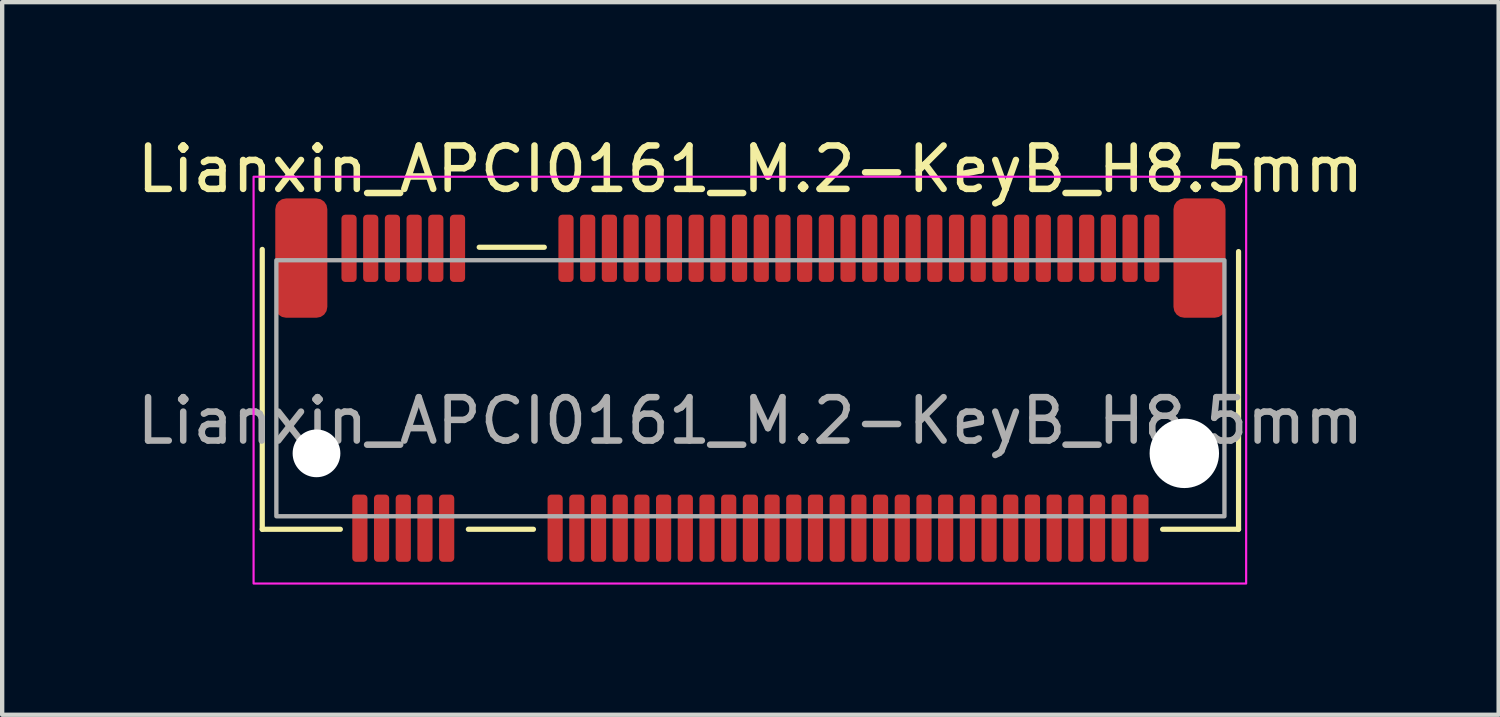
<source format=kicad_pcb>
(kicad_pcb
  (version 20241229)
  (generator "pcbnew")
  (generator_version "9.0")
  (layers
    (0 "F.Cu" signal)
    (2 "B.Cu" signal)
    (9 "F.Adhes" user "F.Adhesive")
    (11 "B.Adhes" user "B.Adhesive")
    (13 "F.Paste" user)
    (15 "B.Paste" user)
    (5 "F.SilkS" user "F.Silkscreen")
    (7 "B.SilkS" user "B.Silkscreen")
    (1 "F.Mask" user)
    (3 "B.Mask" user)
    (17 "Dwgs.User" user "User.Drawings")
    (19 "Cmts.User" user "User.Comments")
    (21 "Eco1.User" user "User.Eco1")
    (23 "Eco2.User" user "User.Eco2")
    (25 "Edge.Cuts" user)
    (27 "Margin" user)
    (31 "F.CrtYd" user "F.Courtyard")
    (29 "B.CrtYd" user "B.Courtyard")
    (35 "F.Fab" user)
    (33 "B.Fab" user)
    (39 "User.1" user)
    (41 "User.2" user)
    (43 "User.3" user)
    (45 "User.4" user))
  (footprint "Lianxin_APCI0161_M.2-KeyB_H8.5mm"
    (layer "F.Cu")
    (at 14.244 5.898)
    (property "Reference" "Lianxin_APCI0161_M.2-KeyB_H8.5mm" (at 0 -5.05 0) (unlocked yes) (layer "F.SilkS") (effects (font (size 1 1) (thickness 0.15))))
    (attr smd)
    (fp_line (start -11.25 3.25) (end -11.25 -3.2) (stroke (width 0.12) (type default)) (layer "F.SilkS"))
    (fp_line (start -9.45 3.25) (end -11.25 3.25) (stroke (width 0.12) (type default)) (layer "F.SilkS"))
    (fp_line (start -6.5 3.25) (end -5 3.25) (stroke (width 0.12) (type default)) (layer "F.SilkS"))
    (fp_line (start -6.25 -3.25) (end -4.75 -3.25) (stroke (width 0.12) (type default)) (layer "F.SilkS"))
    (fp_line (start 9.5 3.25) (end 11.25 3.25) (stroke (width 0.12) (type default)) (layer "F.SilkS"))
    (fp_line (start 11.25 3.25) (end 11.25 -3.15) (stroke (width 0.12) (type default)) (layer "F.SilkS"))
    (fp_rect (start -11.45 -4.875) (end 11.425 4.5) (stroke (width 0.05) (type default)) (fill no) (layer "F.CrtYd"))
    (fp_rect (start -10.925 -2.95) (end 10.925 2.95) (stroke (width 0.1) (type default)) (fill no) (layer "F.Fab"))
    (fp_text user "${REFERENCE}" (at 0 0.75 0) (unlocked yes) (layer "F.Fab") (effects (font (size 1 1) (thickness 0.15))))
    (pad "" np_thru_hole circle (at -10 1.5) (size 1.1 1.1) (drill 1.1) (layers "*.Cu" "*.Mask"))
    (pad "" np_thru_hole circle (at 10 1.5) (size 1.6 1.6) (drill 1.6) (layers "*.Cu" "*.Mask"))
    (pad "1" smd roundrect (at -9.25 -3.225) (size 0.35 1.55) (layers "F.Cu" "F.Mask" "F.Paste") (roundrect_rratio 0.25))
    (pad "2" smd roundrect (at -9 3.225) (size 0.35 1.55) (layers "F.Cu" "F.Mask" "F.Paste") (roundrect_rratio 0.25))
    (pad "3" smd roundrect (at -8.75 -3.225) (size 0.35 1.55) (layers "F.Cu" "F.Mask" "F.Paste") (roundrect_rratio 0.25))
    (pad "4" smd roundrect (at -8.5 3.225) (size 0.35 1.55) (layers "F.Cu" "F.Mask" "F.Paste") (roundrect_rratio 0.25))
    (pad "5" smd roundrect (at -8.25 -3.225) (size 0.35 1.55) (layers "F.Cu" "F.Mask" "F.Paste") (roundrect_rratio 0.25))
    (pad "6" smd roundrect (at -8 3.225) (size 0.35 1.55) (layers "F.Cu" "F.Mask" "F.Paste") (roundrect_rratio 0.25))
    (pad "7" smd roundrect (at -7.75 -3.225) (size 0.35 1.55) (layers "F.Cu" "F.Mask" "F.Paste") (roundrect_rratio 0.25))
    (pad "8" smd roundrect (at -7.5 3.225) (size 0.35 1.55) (layers "F.Cu" "F.Mask" "F.Paste") (roundrect_rratio 0.25))
    (pad "9" smd roundrect (at -7.25 -3.225) (size 0.35 1.55) (layers "F.Cu" "F.Mask" "F.Paste") (roundrect_rratio 0.25))
    (pad "10" smd roundrect (at -7 3.225) (size 0.35 1.55) (layers "F.Cu" "F.Mask" "F.Paste") (roundrect_rratio 0.25))
    (pad "11" smd roundrect (at -6.75 -3.225) (size 0.35 1.55) (layers "F.Cu" "F.Mask" "F.Paste") (roundrect_rratio 0.25))
    (pad "20" smd roundrect (at -4.5 3.225) (size 0.35 1.55) (layers "F.Cu" "F.Mask" "F.Paste") (roundrect_rratio 0.25))
    (pad "21" smd roundrect (at -4.25 -3.225) (size 0.35 1.55) (layers "F.Cu" "F.Mask" "F.Paste") (roundrect_rratio 0.25))
    (pad "22" smd roundrect (at -4 3.225) (size 0.35 1.55) (layers "F.Cu" "F.Mask" "F.Paste") (roundrect_rratio 0.25))
    (pad "23" smd roundrect (at -3.75 -3.225) (size 0.35 1.55) (layers "F.Cu" "F.Mask" "F.Paste") (roundrect_rratio 0.25))
    (pad "24" smd roundrect (at -3.5 3.225) (size 0.35 1.55) (layers "F.Cu" "F.Mask" "F.Paste") (roundrect_rratio 0.25))
    (pad "25" smd roundrect (at -3.25 -3.225) (size 0.35 1.55) (layers "F.Cu" "F.Mask" "F.Paste") (roundrect_rratio 0.25))
    (pad "26" smd roundrect (at -3 3.225) (size 0.35 1.55) (layers "F.Cu" "F.Mask" "F.Paste") (roundrect_rratio 0.25))
    (pad "27" smd roundrect (at -2.75 -3.225) (size 0.35 1.55) (layers "F.Cu" "F.Mask" "F.Paste") (roundrect_rratio 0.25))
    (pad "28" smd roundrect (at -2.5 3.225) (size 0.35 1.55) (layers "F.Cu" "F.Mask" "F.Paste") (roundrect_rratio 0.25))
    (pad "29" smd roundrect (at -2.25 -3.225) (size 0.35 1.55) (layers "F.Cu" "F.Mask" "F.Paste") (roundrect_rratio 0.25))
    (pad "30" smd roundrect (at -2 3.225) (size 0.35 1.55) (layers "F.Cu" "F.Mask" "F.Paste") (roundrect_rratio 0.25))
    (pad "31" smd roundrect (at -1.75 -3.225) (size 0.35 1.55) (layers "F.Cu" "F.Mask" "F.Paste") (roundrect_rratio 0.25))
    (pad "32" smd roundrect (at -1.5 3.225) (size 0.35 1.55) (layers "F.Cu" "F.Mask" "F.Paste") (roundrect_rratio 0.25))
    (pad "33" smd roundrect (at -1.25 -3.225) (size 0.35 1.55) (layers "F.Cu" "F.Mask" "F.Paste") (roundrect_rratio 0.25))
    (pad "34" smd roundrect (at -1 3.225) (size 0.35 1.55) (layers "F.Cu" "F.Mask" "F.Paste") (roundrect_rratio 0.25))
    (pad "35" smd roundrect (at -0.75 -3.225) (size 0.35 1.55) (layers "F.Cu" "F.Mask" "F.Paste") (roundrect_rratio 0.25))
    (pad "36" smd roundrect (at -0.5 3.225) (size 0.35 1.55) (layers "F.Cu" "F.Mask" "F.Paste") (roundrect_rratio 0.25))
    (pad "37" smd roundrect (at -0.25 -3.225) (size 0.35 1.55) (layers "F.Cu" "F.Mask" "F.Paste") (roundrect_rratio 0.25))
    (pad "38" smd roundrect (at 0 3.225) (size 0.35 1.55) (layers "F.Cu" "F.Mask" "F.Paste") (roundrect_rratio 0.25))
    (pad "39" smd roundrect (at 0.25 -3.225) (size 0.35 1.55) (layers "F.Cu" "F.Mask" "F.Paste") (roundrect_rratio 0.25))
    (pad "40" smd roundrect (at 0.5 3.225) (size 0.35 1.55) (layers "F.Cu" "F.Mask" "F.Paste") (roundrect_rratio 0.25))
    (pad "41" smd roundrect (at 0.75 -3.225) (size 0.35 1.55) (layers "F.Cu" "F.Mask" "F.Paste") (roundrect_rratio 0.25))
    (pad "42" smd roundrect (at 1 3.225) (size 0.35 1.55) (layers "F.Cu" "F.Mask" "F.Paste") (roundrect_rratio 0.25))
    (pad "43" smd roundrect (at 1.25 -3.225) (size 0.35 1.55) (layers "F.Cu" "F.Mask" "F.Paste") (roundrect_rratio 0.25))
    (pad "44" smd roundrect (at 1.5 3.225) (size 0.35 1.55) (layers "F.Cu" "F.Mask" "F.Paste") (roundrect_rratio 0.25))
    (pad "45" smd roundrect (at 1.75 -3.225) (size 0.35 1.55) (layers "F.Cu" "F.Mask" "F.Paste") (roundrect_rratio 0.25))
    (pad "46" smd roundrect (at 2 3.225) (size 0.35 1.55) (layers "F.Cu" "F.Mask" "F.Paste") (roundrect_rratio 0.25))
    (pad "47" smd roundrect (at 2.25 -3.225) (size 0.35 1.55) (layers "F.Cu" "F.Mask" "F.Paste") (roundrect_rratio 0.25))
    (pad "48" smd roundrect (at 2.5 3.225) (size 0.35 1.55) (layers "F.Cu" "F.Mask" "F.Paste") (roundrect_rratio 0.25))
    (pad "49" smd roundrect (at 2.75 -3.225) (size 0.35 1.55) (layers "F.Cu" "F.Mask" "F.Paste") (roundrect_rratio 0.25))
    (pad "50" smd roundrect (at 3 3.225) (size 0.35 1.55) (layers "F.Cu" "F.Mask" "F.Paste") (roundrect_rratio 0.25))
    (pad "51" smd roundrect (at 3.25 -3.225) (size 0.35 1.55) (layers "F.Cu" "F.Mask" "F.Paste") (roundrect_rratio 0.25))
    (pad "52" smd roundrect (at 3.5 3.225) (size 0.35 1.55) (layers "F.Cu" "F.Mask" "F.Paste") (roundrect_rratio 0.25))
    (pad "53" smd roundrect (at 3.75 -3.225) (size 0.35 1.55) (layers "F.Cu" "F.Mask" "F.Paste") (roundrect_rratio 0.25))
    (pad "54" smd roundrect (at 4 3.225) (size 0.35 1.55) (layers "F.Cu" "F.Mask" "F.Paste") (roundrect_rratio 0.25))
    (pad "55" smd roundrect (at 4.25 -3.225) (size 0.35 1.55) (layers "F.Cu" "F.Mask" "F.Paste") (roundrect_rratio 0.25))
    (pad "56" smd roundrect (at 4.5 3.225) (size 0.35 1.55) (layers "F.Cu" "F.Mask" "F.Paste") (roundrect_rratio 0.25))
    (pad "57" smd roundrect (at 4.75 -3.225) (size 0.35 1.55) (layers "F.Cu" "F.Mask" "F.Paste") (roundrect_rratio 0.25))
    (pad "58" smd roundrect (at 5 3.225) (size 0.35 1.55) (layers "F.Cu" "F.Mask" "F.Paste") (roundrect_rratio 0.25))
    (pad "59" smd roundrect (at 5.25 -3.225) (size 0.35 1.55) (layers "F.Cu" "F.Mask" "F.Paste") (roundrect_rratio 0.25))
    (pad "60" smd roundrect (at 5.5 3.225) (size 0.35 1.55) (layers "F.Cu" "F.Mask" "F.Paste") (roundrect_rratio 0.25))
    (pad "61" smd roundrect (at 5.75 -3.225) (size 0.35 1.55) (layers "F.Cu" "F.Mask" "F.Paste") (roundrect_rratio 0.25))
    (pad "62" smd roundrect (at 6 3.225) (size 0.35 1.55) (layers "F.Cu" "F.Mask" "F.Paste") (roundrect_rratio 0.25))
    (pad "63" smd roundrect (at 6.25 -3.225) (size 0.35 1.55) (layers "F.Cu" "F.Mask" "F.Paste") (roundrect_rratio 0.25))
    (pad "64" smd roundrect (at 6.5 3.225) (size 0.35 1.55) (layers "F.Cu" "F.Mask" "F.Paste") (roundrect_rratio 0.25))
    (pad "65" smd roundrect (at 6.75 -3.225) (size 0.35 1.55) (layers "F.Cu" "F.Mask" "F.Paste") (roundrect_rratio 0.25))
    (pad "66" smd roundrect (at 7 3.225) (size 0.35 1.55) (layers "F.Cu" "F.Mask" "F.Paste") (roundrect_rratio 0.25))
    (pad "67" smd roundrect (at 7.25 -3.225) (size 0.35 1.55) (layers "F.Cu" "F.Mask" "F.Paste") (roundrect_rratio 0.25))
    (pad "68" smd roundrect (at 7.5 3.225) (size 0.35 1.55) (layers "F.Cu" "F.Mask" "F.Paste") (roundrect_rratio 0.25))
    (pad "69" smd roundrect (at 7.75 -3.225) (size 0.35 1.55) (layers "F.Cu" "F.Mask" "F.Paste") (roundrect_rratio 0.25))
    (pad "70" smd roundrect (at 8 3.225) (size 0.35 1.55) (layers "F.Cu" "F.Mask" "F.Paste") (roundrect_rratio 0.25))
    (pad "71" smd roundrect (at 8.25 -3.225) (size 0.35 1.55) (layers "F.Cu" "F.Mask" "F.Paste") (roundrect_rratio 0.25))
    (pad "72" smd roundrect (at 8.5 3.225) (size 0.35 1.55) (layers "F.Cu" "F.Mask" "F.Paste") (roundrect_rratio 0.25))
    (pad "73" smd roundrect (at 8.75 -3.225) (size 0.35 1.55) (layers "F.Cu" "F.Mask" "F.Paste") (roundrect_rratio 0.25))
    (pad "74" smd roundrect (at 9 3.225) (size 0.35 1.55) (layers "F.Cu" "F.Mask" "F.Paste") (roundrect_rratio 0.25))
    (pad "75" smd roundrect (at 9.25 -3.225) (size 0.35 1.55) (layers "F.Cu" "F.Mask" "F.Paste") (roundrect_rratio 0.25))
    (pad "MP" smd roundrect (at -10.35 -3) (size 1.2 2.75) (layers "F.Cu" "F.Mask" "F.Paste") (roundrect_rratio 0.208))
    (pad "MP" smd roundrect (at 10.35 -3) (size 1.2 2.75) (layers "F.Cu" "F.Mask" "F.Paste") (roundrect_rratio 0.208)))
  (gr_rect
    (start -3 -3)
    (end 31.488 13.423)
    (stroke (width 0.1) (type default))
    (fill no)
    (layer "Edge.Cuts")))
</source>
